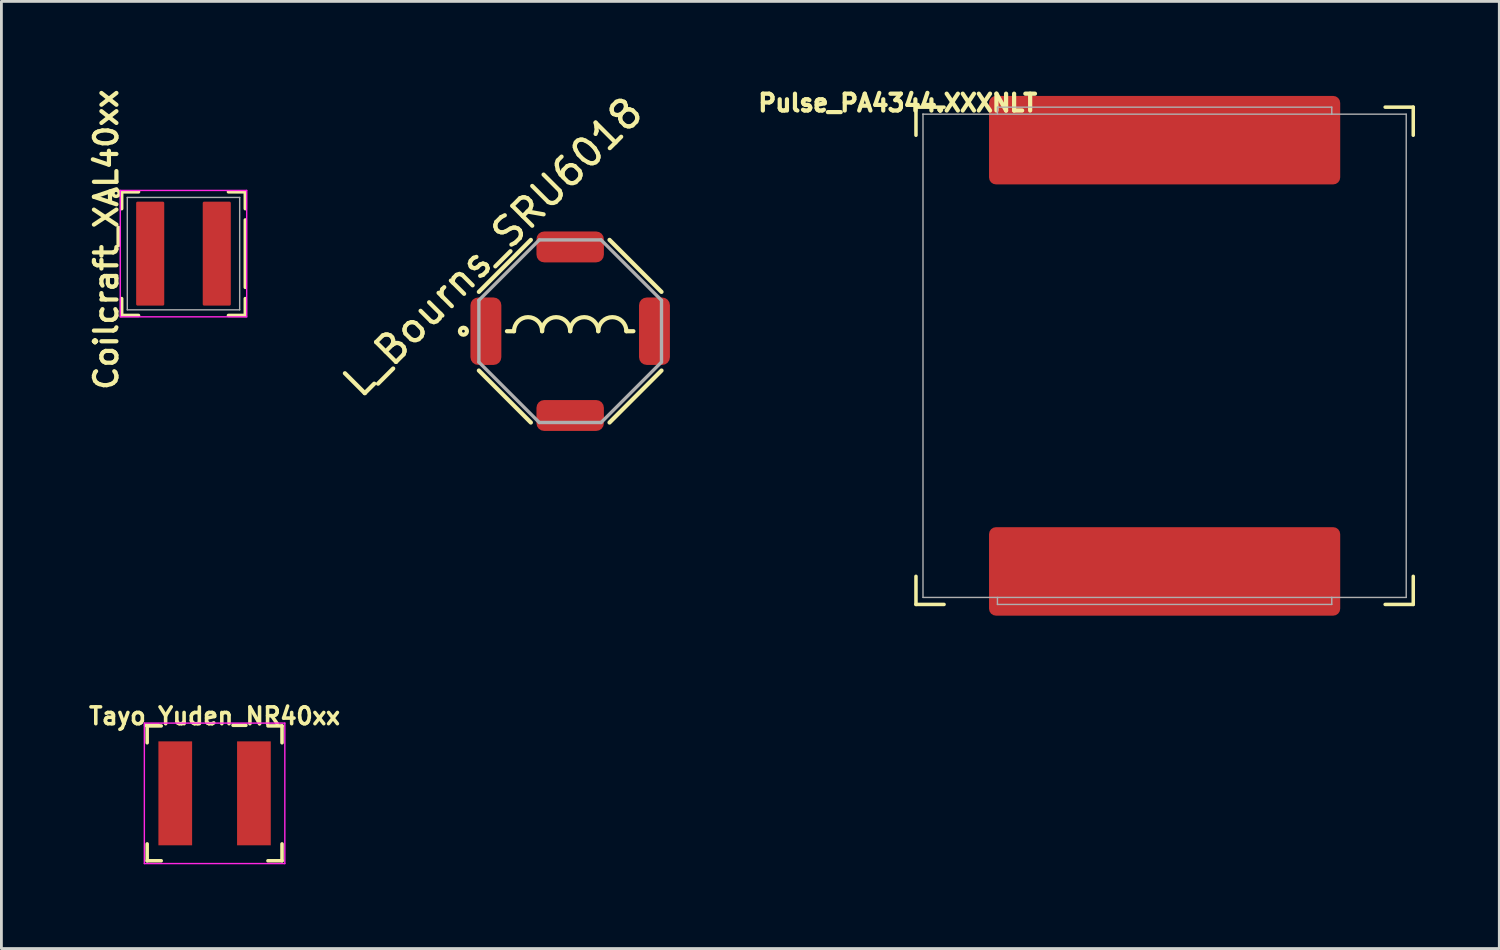
<source format=kicad_pcb>
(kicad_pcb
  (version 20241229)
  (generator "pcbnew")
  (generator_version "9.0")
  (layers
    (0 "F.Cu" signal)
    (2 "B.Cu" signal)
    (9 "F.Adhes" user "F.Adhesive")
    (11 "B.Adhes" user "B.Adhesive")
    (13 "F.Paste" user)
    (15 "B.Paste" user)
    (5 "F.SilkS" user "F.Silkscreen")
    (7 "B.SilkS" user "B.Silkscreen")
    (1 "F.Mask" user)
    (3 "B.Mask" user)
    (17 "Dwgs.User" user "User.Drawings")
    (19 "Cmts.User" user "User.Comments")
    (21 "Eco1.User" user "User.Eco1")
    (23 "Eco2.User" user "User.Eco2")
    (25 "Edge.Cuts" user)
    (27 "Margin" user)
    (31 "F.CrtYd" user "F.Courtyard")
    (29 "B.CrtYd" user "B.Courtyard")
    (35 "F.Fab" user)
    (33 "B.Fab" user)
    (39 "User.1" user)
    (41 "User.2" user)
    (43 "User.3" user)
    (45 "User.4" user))
  (footprint "Tayo_Yuden_NR40xx"
    (layer "F.Cu")
    (at 4.588 25.188)
    (property "Reference" "Tayo_Yuden_NR40xx" (at 0 -2.75 0) (layer "F.SilkS") (effects (font (size 0.6 0.6) (thickness 0.127))))
    (attr smd)
    (fp_line (start -2.4 -2.4) (end -2.4 -1.8) (stroke (width 0.127) (type solid)) (layer "F.SilkS"))
    (fp_line (start -2.4 -2.4) (end -1.9 -2.4) (stroke (width 0.127) (type solid)) (layer "F.SilkS"))
    (fp_line (start -2.4 2.4) (end -2.4 1.8) (stroke (width 0.127) (type solid)) (layer "F.SilkS"))
    (fp_line (start -2.4 2.4) (end -1.9 2.4) (stroke (width 0.127) (type solid)) (layer "F.SilkS"))
    (fp_line (start 1.9 -2.4) (end 2.4 -2.4) (stroke (width 0.127) (type solid)) (layer "F.SilkS"))
    (fp_line (start 1.9 2.4) (end 2.4 2.4) (stroke (width 0.127) (type solid)) (layer "F.SilkS"))
    (fp_line (start 2.4 -2.4) (end 2.4 -1.8) (stroke (width 0.127) (type solid)) (layer "F.SilkS"))
    (fp_line (start 2.4 2.4) (end 2.4 1.8) (stroke (width 0.127) (type solid)) (layer "F.SilkS"))
    (fp_line (start -2.5 -2.5) (end 2.5 -2.5) (stroke (width 0.05) (type solid)) (layer "F.CrtYd"))
    (fp_line (start -2.5 2.5) (end -2.5 -2.5) (stroke (width 0.05) (type solid)) (layer "F.CrtYd"))
    (fp_line (start 2.5 -2.5) (end 2.5 2.5) (stroke (width 0.05) (type solid)) (layer "F.CrtYd"))
    (fp_line (start 2.5 2.5) (end -2.5 2.5) (stroke (width 0.05) (type solid)) (layer "F.CrtYd"))
    (pad "1" smd rect (at -1.4 0) (size 1.2 3.7) (layers "F.Cu" "F.Mask" "F.Paste"))
    (pad "2" smd rect (at 1.4 0) (size 1.2 3.7) (layers "F.Cu" "F.Mask" "F.Paste")))
  (footprint "Pulse_PA4344.XXXNLT"
    (layer "F.Cu")
    (at 38.403 9.614)
    (property "Reference" "Pulse_PA4344.XXXNLT" (at -9.5 -9 0) (layer "F.SilkS") (effects (font (size 0.6 0.6) (thickness 0.15))))
    (attr smd)
    (fp_line (start -8.85 -8.85) (end -8.85 -7.85) (stroke (width 0.125) (type solid)) (layer "F.SilkS"))
    (fp_line (start -8.85 -8.85) (end -7.85 -8.85) (stroke (width 0.125) (type solid)) (layer "F.SilkS"))
    (fp_line (start -8.85 8.85) (end -8.85 7.85) (stroke (width 0.125) (type solid)) (layer "F.SilkS"))
    (fp_line (start -8.85 8.85) (end -7.85 8.85) (stroke (width 0.125) (type solid)) (layer "F.SilkS"))
    (fp_line (start 7.85 8.85) (end 8.85 8.85) (stroke (width 0.125) (type solid)) (layer "F.SilkS"))
    (fp_line (start 8.85 -8.85) (end 7.85 -8.85) (stroke (width 0.125) (type solid)) (layer "F.SilkS"))
    (fp_line (start 8.85 -8.85) (end 8.85 -7.85) (stroke (width 0.125) (type solid)) (layer "F.SilkS"))
    (fp_line (start 8.85 8.85) (end 8.85 7.85) (stroke (width 0.125) (type solid)) (layer "F.SilkS"))
    (fp_line (start -8.6 -8.6) (end -8.6 -8.6) (stroke (width 0.05) (type solid)) (layer "F.Fab"))
    (fp_line (start -8.6 -8.6) (end -8.6 8.6) (stroke (width 0.05) (type solid)) (layer "F.Fab"))
    (fp_line (start -8.6 8.6) (end 8.6 8.6) (stroke (width 0.05) (type solid)) (layer "F.Fab"))
    (fp_line (start -5.95 -8.85) (end 5.95 -8.85) (stroke (width 0.05) (type solid)) (layer "F.Fab"))
    (fp_line (start -5.95 -8.6) (end -5.95 -8.85) (stroke (width 0.05) (type solid)) (layer "F.Fab"))
    (fp_line (start -5.95 8.6) (end -5.95 8.85) (stroke (width 0.05) (type solid)) (layer "F.Fab"))
    (fp_line (start -5.95 8.85) (end 5.95 8.85) (stroke (width 0.05) (type solid)) (layer "F.Fab"))
    (fp_line (start 5.95 -8.85) (end 5.95 -8.6) (stroke (width 0.05) (type solid)) (layer "F.Fab"))
    (fp_line (start 5.95 -8.6) (end 5.95 -8.6) (stroke (width 0.05) (type solid)) (layer "F.Fab"))
    (fp_line (start 5.95 8.6) (end 5.95 8.6) (stroke (width 0.05) (type solid)) (layer "F.Fab"))
    (fp_line (start 5.95 8.85) (end 5.95 8.6) (stroke (width 0.05) (type solid)) (layer "F.Fab"))
    (fp_line (start 8.6 -8.6) (end -8.6 -8.6) (stroke (width 0.05) (type solid)) (layer "F.Fab"))
    (fp_line (start 8.6 8.6) (end 8.6 -8.6) (stroke (width 0.05) (type solid)) (layer "F.Fab"))
    (pad "" smd roundrect (at -5.25 -8.5) (size 1.8 1.4) (layers "F.Paste") (roundrect_rratio 0.107))
    (pad "" smd roundrect (at -5.25 -6.8) (size 1.8 1.4) (layers "F.Paste") (roundrect_rratio 0.107))
    (pad "" smd roundrect (at -5.25 6.8) (size 1.8 1.4) (layers "F.Paste") (roundrect_rratio 0.107))
    (pad "" smd roundrect (at -5.25 8.5) (size 1.8 1.4) (layers "F.Paste") (roundrect_rratio 0.107))
    (pad "" smd roundrect (at -3.15 -8.5) (size 1.8 1.4) (layers "F.Paste") (roundrect_rratio 0.107))
    (pad "" smd roundrect (at -3.15 -6.8) (size 1.8 1.4) (layers "F.Paste") (roundrect_rratio 0.107))
    (pad "" smd roundrect (at -3.15 6.8) (size 1.8 1.4) (layers "F.Paste") (roundrect_rratio 0.107))
    (pad "" smd roundrect (at -3.15 8.5) (size 1.8 1.4) (layers "F.Paste") (roundrect_rratio 0.107))
    (pad "" smd roundrect (at -1.05 -8.5) (size 1.8 1.4) (layers "F.Paste") (roundrect_rratio 0.107))
    (pad "" smd roundrect (at -1.05 -6.8) (size 1.8 1.4) (layers "F.Paste") (roundrect_rratio 0.107))
    (pad "" smd roundrect (at -1.05 6.8) (size 1.8 1.4) (layers "F.Paste") (roundrect_rratio 0.107))
    (pad "" smd roundrect (at -1.05 8.5) (size 1.8 1.4) (layers "F.Paste") (roundrect_rratio 0.107))
    (pad "" smd roundrect (at 1.05 -8.5) (size 1.8 1.4) (layers "F.Paste") (roundrect_rratio 0.107))
    (pad "" smd roundrect (at 1.05 -6.8) (size 1.8 1.4) (layers "F.Paste") (roundrect_rratio 0.107))
    (pad "" smd roundrect (at 1.05 6.8) (size 1.8 1.4) (layers "F.Paste") (roundrect_rratio 0.107))
    (pad "" smd roundrect (at 1.05 8.5) (size 1.8 1.4) (layers "F.Paste") (roundrect_rratio 0.107))
    (pad "" smd roundrect (at 3.15 -8.5) (size 1.8 1.4) (layers "F.Paste") (roundrect_rratio 0.107))
    (pad "" smd roundrect (at 3.15 -6.8) (size 1.8 1.4) (layers "F.Paste") (roundrect_rratio 0.107))
    (pad "" smd roundrect (at 3.15 6.8) (size 1.8 1.4) (layers "F.Paste") (roundrect_rratio 0.107))
    (pad "" smd roundrect (at 3.15 8.5) (size 1.8 1.4) (layers "F.Paste") (roundrect_rratio 0.107))
    (pad "" smd roundrect (at 5.25 -8.5) (size 1.8 1.4) (layers "F.Paste") (roundrect_rratio 0.107))
    (pad "" smd roundrect (at 5.25 -6.8) (size 1.8 1.4) (layers "F.Paste") (roundrect_rratio 0.107))
    (pad "" smd roundrect (at 5.25 6.8) (size 1.8 1.4) (layers "F.Paste") (roundrect_rratio 0.107))
    (pad "" smd roundrect (at 5.25 8.5) (size 1.8 1.4) (layers "F.Paste") (roundrect_rratio 0.107))
    (pad "1" smd roundrect (at 0 -7.675) (size 12.5 3.15) (layers "F.Cu" "F.Mask") (roundrect_rratio 0.079))
    (pad "2" smd roundrect (at 0 7.675) (size 12.5 3.15) (layers "F.Cu" "F.Mask") (roundrect_rratio 0.079)))
  (footprint "L_Bourns_SRU6018"
    (layer "F.Cu")
    (at 17.245 8.739)
    (property "Reference" "L_Bourns_SRU6018" (at -2.75 -3 225) (layer "F.SilkS") (effects (font (size 1 1) (thickness 0.15))))
    (attr smd)
    (fp_line (start -3.25 -1.4) (end -1.4 -3.25) (stroke (width 0.15) (type solid)) (layer "F.SilkS"))
    (fp_line (start -2.25 0) (end -2 0) (stroke (width 0.15) (type solid)) (layer "F.SilkS"))
    (fp_line (start -1.4 3.25) (end -3.25 1.4) (stroke (width 0.15) (type solid)) (layer "F.SilkS"))
    (fp_line (start 1.4 -3.25) (end 3.25 -1.4) (stroke (width 0.15) (type solid)) (layer "F.SilkS"))
    (fp_line (start 2 0) (end 2.25 0) (stroke (width 0.15) (type solid)) (layer "F.SilkS"))
    (fp_line (start 3.25 1.4) (end 1.4 3.25) (stroke (width 0.15) (type solid)) (layer "F.SilkS"))
    (fp_arc (start -2 0) (mid -1.5 -0.5) (end -1 0) (stroke (width 0.15) (type solid)) (layer "F.SilkS"))
    (fp_arc (start -1 0) (mid -0.5 -0.5) (end 0 0) (stroke (width 0.15) (type solid)) (layer "F.SilkS"))
    (fp_arc (start 0 0) (mid 0.5 -0.5) (end 1 0) (stroke (width 0.15) (type solid)) (layer "F.SilkS"))
    (fp_arc (start 1 0) (mid 1.5 -0.5) (end 2 0) (stroke (width 0.15) (type solid)) (layer "F.SilkS"))
    (fp_circle (center -3.8 0) (end -3.8 -0.05) (stroke (width 0.15) (type solid)) (fill no) (layer "F.SilkS"))
    (fp_line (start -3.25 -1.1) (end -3.25 1.1) (stroke (width 0.12) (type solid)) (layer "F.Fab"))
    (fp_line (start -3.25 1.1) (end -1.1 3.25) (stroke (width 0.12) (type solid)) (layer "F.Fab"))
    (fp_line (start -1.1 -3.25) (end -3.25 -1.1) (stroke (width 0.12) (type solid)) (layer "F.Fab"))
    (fp_line (start -1.1 3.25) (end 1.1 3.25) (stroke (width 0.12) (type solid)) (layer "F.Fab"))
    (fp_line (start 1.1 -3.25) (end -1.1 -3.25) (stroke (width 0.12) (type solid)) (layer "F.Fab"))
    (fp_line (start 1.1 3.25) (end 3.25 1.1) (stroke (width 0.12) (type solid)) (layer "F.Fab"))
    (fp_line (start 3.25 -1.1) (end 1.1 -3.25) (stroke (width 0.12) (type solid)) (layer "F.Fab"))
    (fp_line (start 3.25 1.1) (end 3.25 -1.1) (stroke (width 0.12) (type solid)) (layer "F.Fab"))
    (pad "1" smd roundrect (at -3 0) (size 1.1 2.4) (layers "F.Cu" "F.Mask" "F.Paste") (roundrect_rratio 0.25))
    (pad "2" smd roundrect (at 3 0 180) (size 1.1 2.4) (layers "F.Cu" "F.Mask" "F.Paste") (roundrect_rratio 0.25))
    (pad "MP" smd roundrect (at 0 -3 270) (size 1.1 2.4) (layers "F.Cu" "F.Mask" "F.Paste") (roundrect_rratio 0.25))
    (pad "MP" smd roundrect (at 0 3 90) (size 1.1 2.4) (layers "F.Cu" "F.Mask" "F.Paste") (roundrect_rratio 0.25)))
  (footprint "Coilcraft_XAL40xx"
    (layer "F.Cu")
    (at 3.481 5.978)
    (property "Reference" "Coilcraft_XAL40xx" (at -2.75 -0.5 90) (layer "F.SilkS") (effects (font (size 0.8 0.8) (thickness 0.15))))
    (attr smd)
    (fp_line (start -2.2 -2.2) (end -2.2 -1.6) (stroke (width 0.125) (type solid)) (layer "F.SilkS"))
    (fp_line (start -2.2 -2.2) (end -1.6 -2.2) (stroke (width 0.125) (type solid)) (layer "F.SilkS"))
    (fp_line (start -2.2 2.2) (end -2.2 1.6) (stroke (width 0.125) (type solid)) (layer "F.SilkS"))
    (fp_line (start -1.6 2.2) (end -2.2 2.2) (stroke (width 0.125) (type solid)) (layer "F.SilkS"))
    (fp_line (start 1.6 -2.2) (end 2.2 -2.2) (stroke (width 0.125) (type solid)) (layer "F.SilkS"))
    (fp_line (start 2.2 -2.2) (end 2.2 -1.6) (stroke (width 0.125) (type solid)) (layer "F.SilkS"))
    (fp_line (start 2.2 -1.2) (end 2.2 1.2) (stroke (width 0.125) (type solid)) (layer "F.SilkS"))
    (fp_line (start 2.2 1.6) (end 2.2 2.2) (stroke (width 0.125) (type solid)) (layer "F.SilkS"))
    (fp_line (start 2.2 2.2) (end 1.6 2.2) (stroke (width 0.125) (type solid)) (layer "F.SilkS"))
    (fp_circle (center -2.4 -2.15) (end -2.4 -2.2) (stroke (width 0.125) (type solid)) (fill no) (layer "F.SilkS"))
    (fp_line (start -2.25 -2.25) (end -2.25 2.25) (stroke (width 0.05) (type solid)) (layer "F.CrtYd"))
    (fp_line (start -2.25 2.25) (end 2.25 2.25) (stroke (width 0.05) (type solid)) (layer "F.CrtYd"))
    (fp_line (start 2.25 -2.25) (end -2.25 -2.25) (stroke (width 0.05) (type solid)) (layer "F.CrtYd"))
    (fp_line (start 2.25 2.25) (end 2.25 -2.25) (stroke (width 0.05) (type solid)) (layer "F.CrtYd"))
    (fp_line (start -2 -2) (end 2 -2) (stroke (width 0.05) (type solid)) (layer "F.Fab"))
    (fp_line (start -2 2) (end -2 -2) (stroke (width 0.05) (type solid)) (layer "F.Fab"))
    (fp_line (start 2 -2) (end 2 2) (stroke (width 0.05) (type solid)) (layer "F.Fab"))
    (fp_line (start 2 2) (end -2 2) (stroke (width 0.05) (type solid)) (layer "F.Fab"))
    (pad "" smd roundrect (at -1.185 -1.3) (size 1 1) (layers "F.Paste") (roundrect_rratio 0.3))
    (pad "" smd roundrect (at -1.185 0) (size 1 1) (layers "F.Paste") (roundrect_rratio 0.3))
    (pad "" smd roundrect (at -1.185 1.3) (size 1 1) (layers "F.Paste") (roundrect_rratio 0.3))
    (pad "" smd roundrect (at 1.185 -1.3) (size 1 1) (layers "F.Paste") (roundrect_rratio 0.3))
    (pad "" smd roundrect (at 1.185 0) (size 1 1) (layers "F.Paste") (roundrect_rratio 0.3))
    (pad "" smd roundrect (at 1.185 1.3) (size 1 1) (layers "F.Paste") (roundrect_rratio 0.3))
    (pad "1" smd roundrect (at -1.185 0) (size 1 3.7) (layers "F.Cu" "F.Mask") (roundrect_rratio 0.05))
    (pad "2" smd roundrect (at 1.185 0) (size 1 3.7) (layers "F.Cu" "F.Mask") (roundrect_rratio 0.05)))
  (gr_rect
    (start -3 -3)
    (end 50.316 30.713)
    (stroke (width 0.1) (type default))
    (fill no)
    (layer "Edge.Cuts")))
</source>
